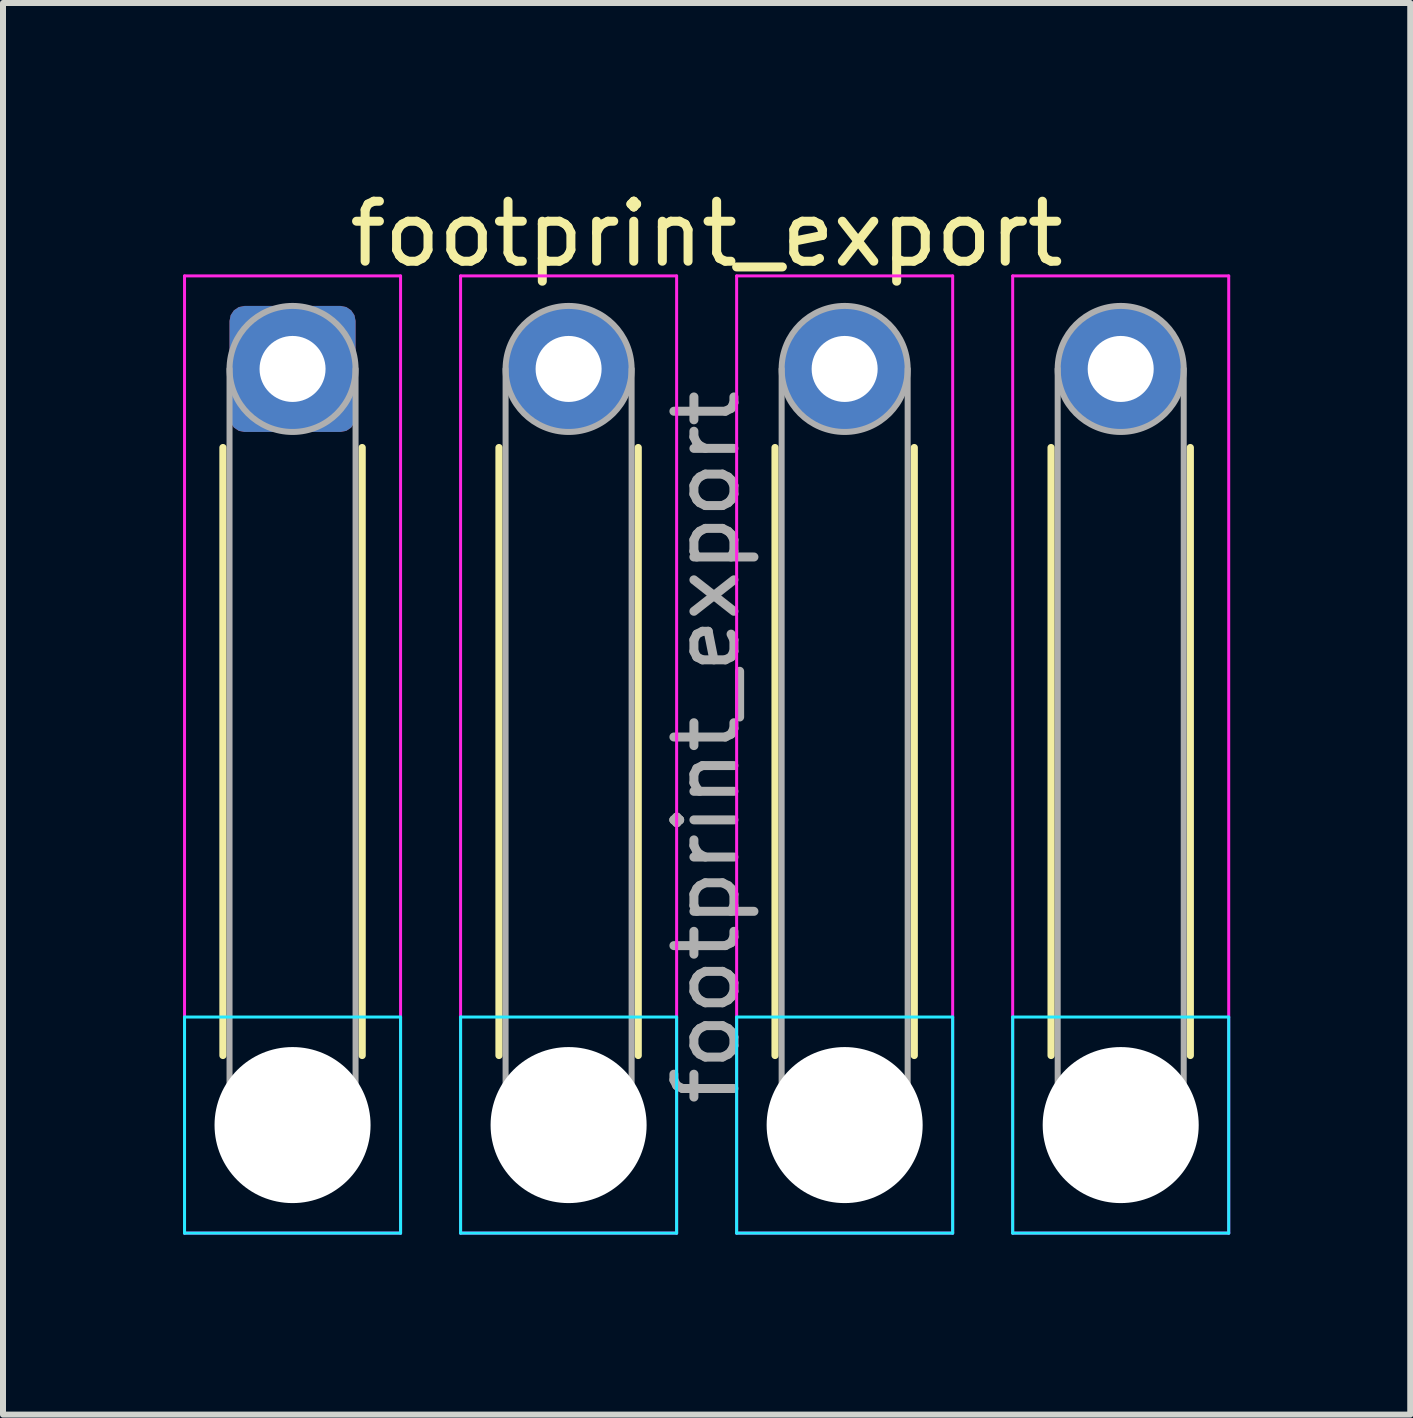
<source format=kicad_pcb>
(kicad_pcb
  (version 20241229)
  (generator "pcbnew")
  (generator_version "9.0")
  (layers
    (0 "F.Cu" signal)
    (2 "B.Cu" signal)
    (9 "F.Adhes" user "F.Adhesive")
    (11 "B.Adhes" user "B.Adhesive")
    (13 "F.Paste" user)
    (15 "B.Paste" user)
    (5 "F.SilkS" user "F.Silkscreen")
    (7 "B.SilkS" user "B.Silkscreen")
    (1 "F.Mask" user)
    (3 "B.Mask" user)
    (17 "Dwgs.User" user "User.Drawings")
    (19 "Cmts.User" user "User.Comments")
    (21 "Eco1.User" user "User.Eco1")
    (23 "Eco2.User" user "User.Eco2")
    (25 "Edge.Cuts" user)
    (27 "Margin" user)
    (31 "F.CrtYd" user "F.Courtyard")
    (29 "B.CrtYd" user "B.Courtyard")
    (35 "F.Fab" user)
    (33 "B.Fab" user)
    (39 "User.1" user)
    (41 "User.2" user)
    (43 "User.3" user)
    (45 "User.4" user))
  (footprint "footprint_export"
    (layer "F.Cu")
    (at 1.825 3.098)
    (property "Reference" "footprint_export" (at 6.9 -2.25 0) (layer "F.SilkS") (effects (font (size 1 1) (thickness 0.15))))
    (attr exclude_from_pos_files exclude_from_bom)
    (fp_line (start -1.16 1.31) (end -1.16 11.44) (stroke (width 0.12) (type solid)) (layer "F.SilkS"))
    (fp_line (start 1.16 1.31) (end 1.16 11.44) (stroke (width 0.12) (type solid)) (layer "F.SilkS"))
    (fp_line (start 3.44 1.31) (end 3.44 11.44) (stroke (width 0.12) (type solid)) (layer "F.SilkS"))
    (fp_line (start 5.76 1.31) (end 5.76 11.44) (stroke (width 0.12) (type solid)) (layer "F.SilkS"))
    (fp_line (start 8.04 1.31) (end 8.04 11.44) (stroke (width 0.12) (type solid)) (layer "F.SilkS"))
    (fp_line (start 10.36 1.31) (end 10.36 11.44) (stroke (width 0.12) (type solid)) (layer "F.SilkS"))
    (fp_line (start 12.64 1.31) (end 12.64 11.44) (stroke (width 0.12) (type solid)) (layer "F.SilkS"))
    (fp_line (start 14.96 1.31) (end 14.96 11.44) (stroke (width 0.12) (type solid)) (layer "F.SilkS"))
    (fp_line (start -1.8 10.8) (end -1.8 14.4) (stroke (width 0.05) (type solid)) (layer "B.CrtYd"))
    (fp_line (start -1.8 14.4) (end 1.8 14.4) (stroke (width 0.05) (type solid)) (layer "B.CrtYd"))
    (fp_line (start 1.8 10.8) (end -1.8 10.8) (stroke (width 0.05) (type solid)) (layer "B.CrtYd"))
    (fp_line (start 1.8 14.4) (end 1.8 10.8) (stroke (width 0.05) (type solid)) (layer "B.CrtYd"))
    (fp_line (start 2.8 10.8) (end 2.8 14.4) (stroke (width 0.05) (type solid)) (layer "B.CrtYd"))
    (fp_line (start 2.8 14.4) (end 6.4 14.4) (stroke (width 0.05) (type solid)) (layer "B.CrtYd"))
    (fp_line (start 6.4 10.8) (end 2.8 10.8) (stroke (width 0.05) (type solid)) (layer "B.CrtYd"))
    (fp_line (start 6.4 14.4) (end 6.4 10.8) (stroke (width 0.05) (type solid)) (layer "B.CrtYd"))
    (fp_line (start 7.4 10.8) (end 7.4 14.4) (stroke (width 0.05) (type solid)) (layer "B.CrtYd"))
    (fp_line (start 7.4 14.4) (end 11 14.4) (stroke (width 0.05) (type solid)) (layer "B.CrtYd"))
    (fp_line (start 11 10.8) (end 7.4 10.8) (stroke (width 0.05) (type solid)) (layer "B.CrtYd"))
    (fp_line (start 11 14.4) (end 11 10.8) (stroke (width 0.05) (type solid)) (layer "B.CrtYd"))
    (fp_line (start 12 10.8) (end 12 14.4) (stroke (width 0.05) (type solid)) (layer "B.CrtYd"))
    (fp_line (start 12 14.4) (end 15.6 14.4) (stroke (width 0.05) (type solid)) (layer "B.CrtYd"))
    (fp_line (start 15.6 10.8) (end 12 10.8) (stroke (width 0.05) (type solid)) (layer "B.CrtYd"))
    (fp_line (start 15.6 14.4) (end 15.6 10.8) (stroke (width 0.05) (type solid)) (layer "B.CrtYd"))
    (fp_line (start -1.8 -1.55) (end -1.8 14.4) (stroke (width 0.05) (type solid)) (layer "F.CrtYd"))
    (fp_line (start -1.8 14.4) (end 1.8 14.4) (stroke (width 0.05) (type solid)) (layer "F.CrtYd"))
    (fp_line (start 1.8 -1.55) (end -1.8 -1.55) (stroke (width 0.05) (type solid)) (layer "F.CrtYd"))
    (fp_line (start 1.8 14.4) (end 1.8 -1.55) (stroke (width 0.05) (type solid)) (layer "F.CrtYd"))
    (fp_line (start 2.8 -1.55) (end 2.8 14.4) (stroke (width 0.05) (type solid)) (layer "F.CrtYd"))
    (fp_line (start 2.8 14.4) (end 6.4 14.4) (stroke (width 0.05) (type solid)) (layer "F.CrtYd"))
    (fp_line (start 6.4 -1.55) (end 2.8 -1.55) (stroke (width 0.05) (type solid)) (layer "F.CrtYd"))
    (fp_line (start 6.4 14.4) (end 6.4 -1.55) (stroke (width 0.05) (type solid)) (layer "F.CrtYd"))
    (fp_line (start 7.4 -1.55) (end 7.4 14.4) (stroke (width 0.05) (type solid)) (layer "F.CrtYd"))
    (fp_line (start 7.4 14.4) (end 11 14.4) (stroke (width 0.05) (type solid)) (layer "F.CrtYd"))
    (fp_line (start 11 -1.55) (end 7.4 -1.55) (stroke (width 0.05) (type solid)) (layer "F.CrtYd"))
    (fp_line (start 11 14.4) (end 11 -1.55) (stroke (width 0.05) (type solid)) (layer "F.CrtYd"))
    (fp_line (start 12 -1.55) (end 12 14.4) (stroke (width 0.05) (type solid)) (layer "F.CrtYd"))
    (fp_line (start 12 14.4) (end 15.6 14.4) (stroke (width 0.05) (type solid)) (layer "F.CrtYd"))
    (fp_line (start 15.6 -1.55) (end 12 -1.55) (stroke (width 0.05) (type solid)) (layer "F.CrtYd"))
    (fp_line (start 15.6 14.4) (end 15.6 -1.55) (stroke (width 0.05) (type solid)) (layer "F.CrtYd"))
    (fp_line (start -1.05 0) (end -1.05 12.6) (stroke (width 0.1) (type solid)) (layer "F.Fab"))
    (fp_line (start 1.05 0) (end 1.05 12.6) (stroke (width 0.1) (type solid)) (layer "F.Fab"))
    (fp_line (start 3.55 0) (end 3.55 12.6) (stroke (width 0.1) (type solid)) (layer "F.Fab"))
    (fp_line (start 5.65 0) (end 5.65 12.6) (stroke (width 0.1) (type solid)) (layer "F.Fab"))
    (fp_line (start 8.15 0) (end 8.15 12.6) (stroke (width 0.1) (type solid)) (layer "F.Fab"))
    (fp_line (start 10.25 0) (end 10.25 12.6) (stroke (width 0.1) (type solid)) (layer "F.Fab"))
    (fp_line (start 12.75 0) (end 12.75 12.6) (stroke (width 0.1) (type solid)) (layer "F.Fab"))
    (fp_line (start 14.85 0) (end 14.85 12.6) (stroke (width 0.1) (type solid)) (layer "F.Fab"))
    (fp_circle (center 0 0) (end 1.05 0) (stroke (width 0.1) (type solid)) (fill no) (layer "F.Fab"))
    (fp_circle (center 0 12.6) (end 1.05 12.6) (stroke (width 0.1) (type solid)) (fill no) (layer "F.Fab"))
    (fp_circle (center 4.6 0) (end 5.65 0) (stroke (width 0.1) (type solid)) (fill no) (layer "F.Fab"))
    (fp_circle (center 4.6 12.6) (end 5.65 12.6) (stroke (width 0.1) (type solid)) (fill no) (layer "F.Fab"))
    (fp_circle (center 9.2 0) (end 10.25 0) (stroke (width 0.1) (type solid)) (fill no) (layer "F.Fab"))
    (fp_circle (center 9.2 12.6) (end 10.25 12.6) (stroke (width 0.1) (type solid)) (fill no) (layer "F.Fab"))
    (fp_circle (center 13.8 0) (end 14.85 0) (stroke (width 0.1) (type solid)) (fill no) (layer "F.Fab"))
    (fp_circle (center 13.8 12.6) (end 14.85 12.6) (stroke (width 0.1) (type solid)) (fill no) (layer "F.Fab"))
    (fp_text user "${REFERENCE}" (at 6.9 6.3 90) (layer "F.Fab") (effects (font (size 1 1) (thickness 0.15))))
    (pad "" np_thru_hole circle (at 0 12.6) (size 2.6 2.6) (drill 2.6) (layers "*.Cu" "*.Mask"))
    (pad "" np_thru_hole circle (at 4.6 12.6) (size 2.6 2.6) (drill 2.6) (layers "*.Cu" "*.Mask"))
    (pad "" np_thru_hole circle (at 9.2 12.6) (size 2.6 2.6) (drill 2.6) (layers "*.Cu" "*.Mask"))
    (pad "" np_thru_hole circle (at 13.8 12.6) (size 2.6 2.6) (drill 2.6) (layers "*.Cu" "*.Mask"))
    (pad "1" thru_hole roundrect (at 0 0) (size 2.1 2.1) (drill 1.1) (layers "*.Cu" "*.Mask") (roundrect_rratio 0.119))
    (pad "2" thru_hole circle (at 4.6 0) (size 2.1 2.1) (drill 1.1) (layers "*.Cu" "*.Mask"))
    (pad "3" thru_hole circle (at 9.2 0) (size 2.1 2.1) (drill 1.1) (layers "*.Cu" "*.Mask"))
    (pad "4" thru_hole circle (at 13.8 0) (size 2.1 2.1) (drill 1.1) (layers "*.Cu" "*.Mask")))
  (gr_rect
    (start -3 -3)
    (end 20.45 20.523)
    (stroke (width 0.1) (type default))
    (fill no)
    (layer "Edge.Cuts")))
</source>
